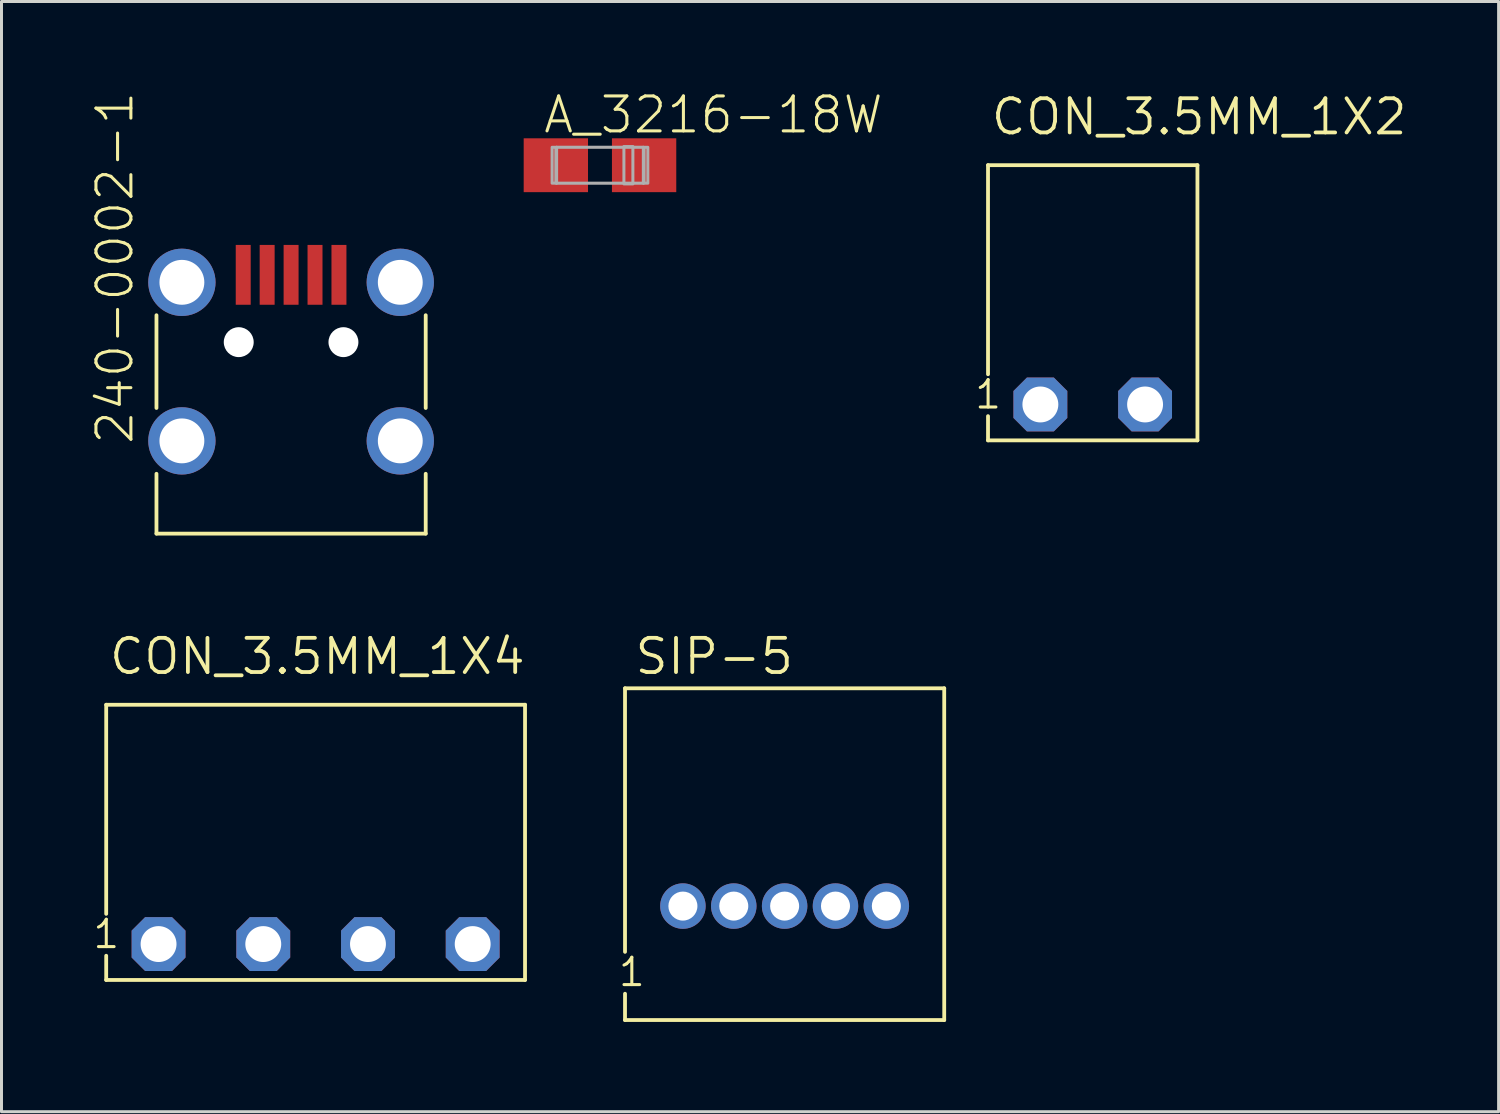
<source format=kicad_pcb>
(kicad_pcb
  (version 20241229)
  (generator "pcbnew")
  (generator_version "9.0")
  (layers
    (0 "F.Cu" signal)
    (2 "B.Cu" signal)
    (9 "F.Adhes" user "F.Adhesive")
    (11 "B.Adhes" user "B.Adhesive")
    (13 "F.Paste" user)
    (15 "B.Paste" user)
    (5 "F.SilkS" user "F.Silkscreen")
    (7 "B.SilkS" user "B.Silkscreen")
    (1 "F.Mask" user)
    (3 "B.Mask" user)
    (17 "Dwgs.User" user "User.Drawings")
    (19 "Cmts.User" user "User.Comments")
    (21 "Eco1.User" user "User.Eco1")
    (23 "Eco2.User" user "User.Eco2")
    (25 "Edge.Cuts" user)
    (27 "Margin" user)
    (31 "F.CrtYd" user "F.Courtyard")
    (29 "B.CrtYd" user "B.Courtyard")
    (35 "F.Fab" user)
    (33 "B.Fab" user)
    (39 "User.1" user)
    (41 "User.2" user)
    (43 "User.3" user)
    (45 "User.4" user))
  (footprint "CON_3.5MM_1X2"
    (layer "F.Cu")
    (at 33.476 10.47)
    (property "Reference" "CON_3.5MM_1X2" (at -3.465 -8.946 0) (layer "F.SilkS") (effects (font (size 1.143 1.143) (thickness 0.127)) (justify left bottom)))
    (fp_line (start -3.5 -8) (end 3.5 -8) (stroke (width 0.127) (type solid)) (layer "F.SilkS"))
    (fp_line (start -3.5 -1.01) (end -3.5 -8) (stroke (width 0.127) (type solid)) (layer "F.SilkS"))
    (fp_line (start -3.5 1.2) (end -3.5 0.39) (stroke (width 0.127) (type solid)) (layer "F.SilkS"))
    (fp_line (start -3.5 1.2) (end 3.5 1.2) (stroke (width 0.127) (type solid)) (layer "F.SilkS"))
    (fp_line (start 3.5 1.2) (end 3.5 -8) (stroke (width 0.127) (type solid)) (layer "F.SilkS"))
    (fp_text user "1" (at -4 0.201 0) (layer "F.SilkS") (effects (font (size 0.914 0.914) (thickness 0.102)) (justify left bottom)))
    (pad "P1" thru_hole roundrect (at -1.75 0 90) (size 1.8 1.8) (drill 1.2) (layers "*.Cu" "*.Mask") (roundrect_rratio 0.25) (chamfer_ratio 0.25) (chamfer top_left top_right bottom_left bottom_right))
    (pad "P2" thru_hole roundrect (at 1.75 0 90) (size 1.8 1.8) (drill 1.2) (layers "*.Cu" "*.Mask") (roundrect_rratio 0.25) (chamfer_ratio 0.25) (chamfer top_left top_right bottom_left bottom_right)))
  (footprint "CON_3.5MM_1X4"
    (layer "F.Cu")
    (at 7.5 28.507)
    (property "Reference" "CON_3.5MM_1X4" (at -6.965 -8.946 0) (layer "F.SilkS") (effects (font (size 1.143 1.143) (thickness 0.127)) (justify left bottom)))
    (fp_line (start -7 -8) (end 7 -8) (stroke (width 0.127) (type solid)) (layer "F.SilkS"))
    (fp_line (start -7 -1.01) (end -7 -8) (stroke (width 0.127) (type solid)) (layer "F.SilkS"))
    (fp_line (start -7 1.2) (end -7 0.39) (stroke (width 0.127) (type solid)) (layer "F.SilkS"))
    (fp_line (start -7 1.2) (end 7 1.2) (stroke (width 0.127) (type solid)) (layer "F.SilkS"))
    (fp_line (start 7 1.2) (end 7 -8) (stroke (width 0.127) (type solid)) (layer "F.SilkS"))
    (fp_text user "1" (at -7.5 0.201 0) (layer "F.SilkS") (effects (font (size 0.914 0.914) (thickness 0.102)) (justify left bottom)))
    (pad "P1" thru_hole roundrect (at -5.25 0 90) (size 1.8 1.8) (drill 1.2) (layers "*.Cu" "*.Mask") (roundrect_rratio 0.25) (chamfer_ratio 0.25) (chamfer top_left top_right bottom_left bottom_right))
    (pad "P2" thru_hole roundrect (at -1.75 0 90) (size 1.8 1.8) (drill 1.2) (layers "*.Cu" "*.Mask") (roundrect_rratio 0.25) (chamfer_ratio 0.25) (chamfer top_left top_right bottom_left bottom_right))
    (pad "P3" thru_hole roundrect (at 1.75 0 90) (size 1.8 1.8) (drill 1.2) (layers "*.Cu" "*.Mask") (roundrect_rratio 0.25) (chamfer_ratio 0.25) (chamfer top_left top_right bottom_left bottom_right))
    (pad "P4" thru_hole roundrect (at 5.25 0 90) (size 1.8 1.8) (drill 1.2) (layers "*.Cu" "*.Mask") (roundrect_rratio 0.25) (chamfer_ratio 0.25) (chamfer top_left top_right bottom_left bottom_right)))
  (footprint "SIP-5"
    (layer "F.Cu")
    (at 23.177 27.237)
    (property "Reference" "SIP-5" (at -5.075 -7.676 0) (layer "F.SilkS") (effects (font (size 1.143 1.143) (thickness 0.127)) (justify left bottom)))
    (fp_line (start -5.335 -7.28) (end 5.335 -7.28) (stroke (width 0.127) (type solid)) (layer "F.SilkS"))
    (fp_line (start -5.335 1.53) (end -5.335 -7.28) (stroke (width 0.127) (type solid)) (layer "F.SilkS"))
    (fp_line (start -5.335 3.81) (end -5.335 2.93) (stroke (width 0.127) (type solid)) (layer "F.SilkS"))
    (fp_line (start -5.335 3.81) (end 5.335 3.81) (stroke (width 0.127) (type solid)) (layer "F.SilkS"))
    (fp_line (start 5.335 3.81) (end 5.335 -7.28) (stroke (width 0.127) (type solid)) (layer "F.SilkS"))
    (fp_text user "1" (at -5.61 2.741 0) (layer "F.SilkS") (effects (font (size 0.914 0.914) (thickness 0.102)) (justify left bottom)))
    (pad "P1" thru_hole circle (at -3.4 0 90) (size 1.52 1.52) (drill 0.97) (layers "*.Cu" "*.Mask"))
    (pad "P2" thru_hole circle (at -1.7 0 90) (size 1.52 1.52) (drill 0.97) (layers "*.Cu" "*.Mask"))
    (pad "P3" thru_hole circle (at 0 0 90) (size 1.52 1.52) (drill 0.97) (layers "*.Cu" "*.Mask"))
    (pad "P4" thru_hole circle (at 1.7 0 90) (size 1.52 1.52) (drill 0.97) (layers "*.Cu" "*.Mask"))
    (pad "P5" thru_hole circle (at 3.4 0 90) (size 1.52 1.52) (drill 0.97) (layers "*.Cu" "*.Mask")))
  (footprint "240-0002-1"
    (layer "F.Cu")
    (at 6.68 14.787)
    (property "Reference" "240-0002-1" (at -5.207 -2.921 90) (layer "F.SilkS") (effects (font (size 1.168 1.168) (thickness 0.102)) (justify left bottom)))
    (fp_line (start -4.5 -7.3) (end -4.5 -4.2) (stroke (width 0.127) (type solid)) (layer "F.SilkS"))
    (fp_line (start -4.5 -2) (end -4.5 0) (stroke (width 0.127) (type solid)) (layer "F.SilkS"))
    (fp_line (start -4.5 0) (end 4.5 0) (stroke (width 0.127) (type solid)) (layer "F.SilkS"))
    (fp_line (start 4.5 -7.3) (end 4.5 -4.2) (stroke (width 0.127) (type solid)) (layer "F.SilkS"))
    (fp_line (start 4.5 0) (end 4.5 -2) (stroke (width 0.127) (type solid)) (layer "F.SilkS"))
    (pad "" np_thru_hole circle (at -1.75 -6.4) (size 1 1) (drill 1) (layers "*.Cu" "*.Mask"))
    (pad "" np_thru_hole circle (at 1.75 -6.4) (size 1 1) (drill 1) (layers "*.Cu" "*.Mask"))
    (pad "P$1" smd rect (at -1.6 -8.65 90) (size 2 0.5) (layers "F.Cu" "F.Mask" "F.Paste"))
    (pad "P$2" smd rect (at -0.8 -8.65 90) (size 2 0.5) (layers "F.Cu" "F.Mask" "F.Paste"))
    (pad "P$3" smd rect (at 0 -8.65 90) (size 2 0.5) (layers "F.Cu" "F.Mask" "F.Paste"))
    (pad "P$4" smd rect (at 0.8 -8.65 90) (size 2 0.5) (layers "F.Cu" "F.Mask" "F.Paste"))
    (pad "P$5" smd rect (at 1.6 -8.65 90) (size 2 0.5) (layers "F.Cu" "F.Mask" "F.Paste"))
    (pad "SHIELD_1" thru_hole circle (at -3.65 -3.1 90) (size 2.25 2.25) (drill 1.5) (layers "*.Cu" "*.Mask"))
    (pad "SHIELD_2" thru_hole circle (at 3.65 -3.1 90) (size 2.25 2.25) (drill 1.5) (layers "*.Cu" "*.Mask"))
    (pad "SHIELD_3" thru_hole circle (at 3.65 -8.4) (size 2.25 2.25) (drill 1.5) (layers "*.Cu" "*.Mask"))
    (pad "SHIELD_4" thru_hole circle (at -3.65 -8.4) (size 2.25 2.25) (drill 1.5) (layers "*.Cu" "*.Mask")))
  (footprint "A_3216-18W"
    (layer "F.Cu")
    (at 17.005 2.473)
    (property "Reference" "A_3216-18W" (at -1.95 -1 0) (layer "F.SilkS") (effects (font (size 1.168 1.168) (thickness 0.102)) (justify left bottom)))
    (fp_line (start -1.45 -0.6) (end 1.45 -0.6) (stroke (width 0.102) (type solid)) (layer "F.Fab"))
    (fp_line (start -1.45 0.6) (end -1.45 -0.6) (stroke (width 0.102) (type solid)) (layer "F.Fab"))
    (fp_line (start 1.45 -0.6) (end 1.45 0.6) (stroke (width 0.102) (type solid)) (layer "F.Fab"))
    (fp_line (start 1.45 0.6) (end -1.45 0.6) (stroke (width 0.102) (type solid)) (layer "F.Fab"))
    (fp_poly (pts (xy -1.6 0.6) (xy -1.475 0.6) (xy -1.475 -0.6) (xy -1.6 -0.6)) (stroke (width 0.1) (type solid)) (fill no) (layer "F.Fab"))
    (fp_poly (pts (xy 0.8 0.625) (xy 1.1 0.625) (xy 1.1 -0.625) (xy 0.8 -0.625)) (stroke (width 0.1) (type solid)) (fill no) (layer "F.Fab"))
    (fp_poly (pts (xy 1.475 0.6) (xy 1.6 0.6) (xy 1.6 -0.6) (xy 1.475 -0.6)) (stroke (width 0.1) (type solid)) (fill no) (layer "F.Fab"))
    (pad "+" smd rect (at 1.475 0) (size 2.15 1.8) (layers "F.Cu" "F.Mask" "F.Paste"))
    (pad "-" smd rect (at -1.475 0) (size 2.15 1.8) (layers "F.Cu" "F.Mask" "F.Paste")))
  (gr_rect
    (start -3 -3)
    (end 47.043 34.111)
    (stroke (width 0.1) (type default))
    (fill no)
    (layer "Edge.Cuts")))
</source>
